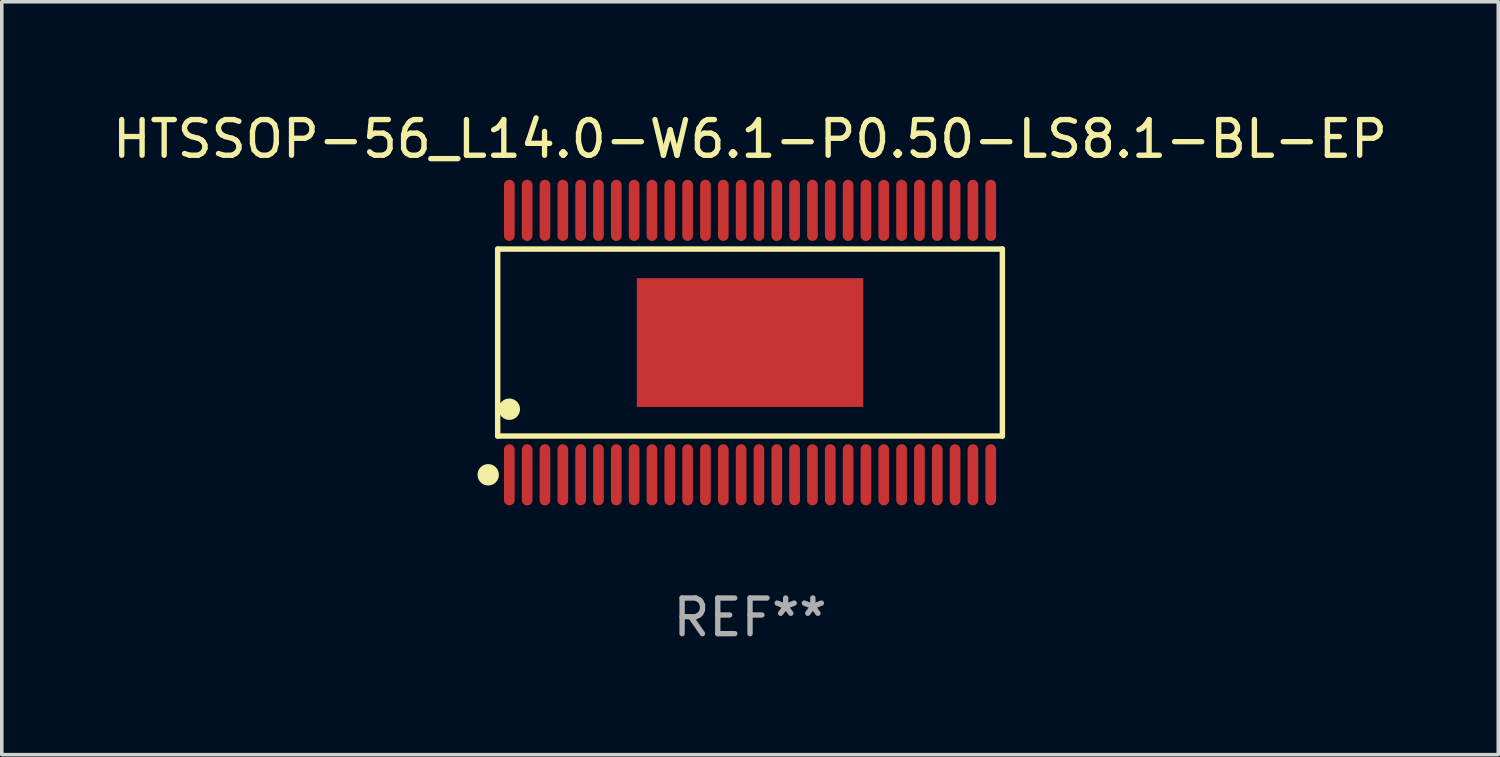
<source format=kicad_pcb>
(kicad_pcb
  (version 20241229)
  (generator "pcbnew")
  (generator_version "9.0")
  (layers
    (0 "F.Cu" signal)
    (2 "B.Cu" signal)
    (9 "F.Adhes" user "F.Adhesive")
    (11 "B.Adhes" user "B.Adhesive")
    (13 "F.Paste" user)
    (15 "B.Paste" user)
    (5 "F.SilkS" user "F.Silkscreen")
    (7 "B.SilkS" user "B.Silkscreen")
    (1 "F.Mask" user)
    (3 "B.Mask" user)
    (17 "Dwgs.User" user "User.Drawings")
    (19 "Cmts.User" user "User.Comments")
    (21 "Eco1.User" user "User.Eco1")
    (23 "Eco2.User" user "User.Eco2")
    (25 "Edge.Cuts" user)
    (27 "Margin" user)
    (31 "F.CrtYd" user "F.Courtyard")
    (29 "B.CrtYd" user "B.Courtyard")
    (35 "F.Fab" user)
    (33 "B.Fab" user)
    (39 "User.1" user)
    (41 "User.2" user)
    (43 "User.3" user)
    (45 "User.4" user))
  (footprint "HTSSOP-56_L14.0-W6.1-P0.50-LS8.1-BL-EP"
    (layer "F.Cu")
    (at 17.982 6.556)
    (property "Reference" "HTSSOP-56_L14.0-W6.1-P0.50-LS8.1-BL-EP" (at -0.000025 -5.708 0) (layer "F.SilkS") (effects (font (size 1 1) (thickness 0.15))))
    (attr smd)
    (fp_line (start -7.076 -2.622) (end 7.076 -2.622) (stroke (width 0.152) (type solid)) (layer "F.SilkS"))
    (fp_line (start -7.076 2.621) (end -7.076 -2.622) (stroke (width 0.152) (type solid)) (layer "F.SilkS"))
    (fp_line (start 7.076 -2.622) (end 7.076 2.621) (stroke (width 0.152) (type solid)) (layer "F.SilkS"))
    (fp_line (start 7.076 2.621) (end -7.076 2.621) (stroke (width 0.152) (type solid)) (layer "F.SilkS"))
    (fp_circle (center -7.342 3.708) (end -7.192 3.708) (stroke (width 0.3) (type solid)) (fill no) (layer "F.SilkS"))
    (fp_circle (center -6.75 1.869) (end -6.6 1.869) (stroke (width 0.3) (type solid)) (fill no) (layer "F.SilkS"))
    (fp_text user "REF**" (at -0.000025 7.708 0) (layer "F.Fab") (effects (font (size 1 1) (thickness 0.15))))
    (pad "1" smd oval (at -6.75 3.708) (size 0.3 1.715) (layers "F.Cu" "F.Mask" "F.Paste"))
    (pad "2" smd oval (at -6.25 3.708) (size 0.3 1.715) (layers "F.Cu" "F.Mask" "F.Paste"))
    (pad "3" smd oval (at -5.75 3.708) (size 0.3 1.715) (layers "F.Cu" "F.Mask" "F.Paste"))
    (pad "4" smd oval (at -5.25 3.708) (size 0.3 1.715) (layers "F.Cu" "F.Mask" "F.Paste"))
    (pad "5" smd oval (at -4.75 3.708) (size 0.3 1.715) (layers "F.Cu" "F.Mask" "F.Paste"))
    (pad "6" smd oval (at -4.25 3.708) (size 0.3 1.715) (layers "F.Cu" "F.Mask" "F.Paste"))
    (pad "7" smd oval (at -3.75 3.708) (size 0.3 1.715) (layers "F.Cu" "F.Mask" "F.Paste"))
    (pad "8" smd oval (at -3.25 3.708) (size 0.3 1.715) (layers "F.Cu" "F.Mask" "F.Paste"))
    (pad "9" smd oval (at -2.75 3.708) (size 0.3 1.715) (layers "F.Cu" "F.Mask" "F.Paste"))
    (pad "10" smd oval (at -2.25 3.708) (size 0.3 1.715) (layers "F.Cu" "F.Mask" "F.Paste"))
    (pad "11" smd oval (at -1.75 3.708) (size 0.3 1.715) (layers "F.Cu" "F.Mask" "F.Paste"))
    (pad "12" smd oval (at -1.25 3.708) (size 0.3 1.715) (layers "F.Cu" "F.Mask" "F.Paste"))
    (pad "13" smd oval (at -0.75 3.708) (size 0.3 1.715) (layers "F.Cu" "F.Mask" "F.Paste"))
    (pad "14" smd oval (at -0.25 3.708) (size 0.3 1.715) (layers "F.Cu" "F.Mask" "F.Paste"))
    (pad "15" smd oval (at 0.25 3.708) (size 0.3 1.715) (layers "F.Cu" "F.Mask" "F.Paste"))
    (pad "16" smd oval (at 0.75 3.708) (size 0.3 1.715) (layers "F.Cu" "F.Mask" "F.Paste"))
    (pad "17" smd oval (at 1.25 3.708) (size 0.3 1.715) (layers "F.Cu" "F.Mask" "F.Paste"))
    (pad "18" smd oval (at 1.75 3.708) (size 0.3 1.715) (layers "F.Cu" "F.Mask" "F.Paste"))
    (pad "19" smd oval (at 2.25 3.708) (size 0.3 1.715) (layers "F.Cu" "F.Mask" "F.Paste"))
    (pad "20" smd oval (at 2.75 3.708) (size 0.3 1.715) (layers "F.Cu" "F.Mask" "F.Paste"))
    (pad "21" smd oval (at 3.25 3.708) (size 0.3 1.715) (layers "F.Cu" "F.Mask" "F.Paste"))
    (pad "22" smd oval (at 3.75 3.708) (size 0.3 1.715) (layers "F.Cu" "F.Mask" "F.Paste"))
    (pad "23" smd oval (at 4.25 3.708) (size 0.3 1.715) (layers "F.Cu" "F.Mask" "F.Paste"))
    (pad "24" smd oval (at 4.75 3.708) (size 0.3 1.715) (layers "F.Cu" "F.Mask" "F.Paste"))
    (pad "25" smd oval (at 5.25 3.708) (size 0.3 1.715) (layers "F.Cu" "F.Mask" "F.Paste"))
    (pad "26" smd oval (at 5.75 3.708) (size 0.3 1.715) (layers "F.Cu" "F.Mask" "F.Paste"))
    (pad "27" smd oval (at 6.25 3.708) (size 0.3 1.715) (layers "F.Cu" "F.Mask" "F.Paste"))
    (pad "28" smd oval (at 6.75 3.708) (size 0.3 1.715) (layers "F.Cu" "F.Mask" "F.Paste"))
    (pad "29" smd oval (at 6.75 -3.708) (size 0.3 1.715) (layers "F.Cu" "F.Mask" "F.Paste"))
    (pad "30" smd oval (at 6.25 -3.708) (size 0.3 1.715) (layers "F.Cu" "F.Mask" "F.Paste"))
    (pad "31" smd oval (at 5.75 -3.708) (size 0.3 1.715) (layers "F.Cu" "F.Mask" "F.Paste"))
    (pad "32" smd oval (at 5.25 -3.708) (size 0.3 1.715) (layers "F.Cu" "F.Mask" "F.Paste"))
    (pad "33" smd oval (at 4.75 -3.708) (size 0.3 1.715) (layers "F.Cu" "F.Mask" "F.Paste"))
    (pad "34" smd oval (at 4.25 -3.708) (size 0.3 1.715) (layers "F.Cu" "F.Mask" "F.Paste"))
    (pad "35" smd oval (at 3.75 -3.708) (size 0.3 1.715) (layers "F.Cu" "F.Mask" "F.Paste"))
    (pad "36" smd oval (at 3.25 -3.708) (size 0.3 1.715) (layers "F.Cu" "F.Mask" "F.Paste"))
    (pad "37" smd oval (at 2.75 -3.708) (size 0.3 1.715) (layers "F.Cu" "F.Mask" "F.Paste"))
    (pad "38" smd oval (at 2.25 -3.708) (size 0.3 1.715) (layers "F.Cu" "F.Mask" "F.Paste"))
    (pad "39" smd oval (at 1.75 -3.708) (size 0.3 1.715) (layers "F.Cu" "F.Mask" "F.Paste"))
    (pad "40" smd oval (at 1.25 -3.708) (size 0.3 1.715) (layers "F.Cu" "F.Mask" "F.Paste"))
    (pad "41" smd oval (at 0.75 -3.708) (size 0.3 1.715) (layers "F.Cu" "F.Mask" "F.Paste"))
    (pad "42" smd oval (at 0.25 -3.708) (size 0.3 1.715) (layers "F.Cu" "F.Mask" "F.Paste"))
    (pad "43" smd oval (at -0.25 -3.708) (size 0.3 1.715) (layers "F.Cu" "F.Mask" "F.Paste"))
    (pad "44" smd oval (at -0.75 -3.708) (size 0.3 1.715) (layers "F.Cu" "F.Mask" "F.Paste"))
    (pad "45" smd oval (at -1.25 -3.708) (size 0.3 1.715) (layers "F.Cu" "F.Mask" "F.Paste"))
    (pad "46" smd oval (at -1.75 -3.708) (size 0.3 1.715) (layers "F.Cu" "F.Mask" "F.Paste"))
    (pad "47" smd oval (at -2.25 -3.708) (size 0.3 1.715) (layers "F.Cu" "F.Mask" "F.Paste"))
    (pad "48" smd oval (at -2.75 -3.708) (size 0.3 1.715) (layers "F.Cu" "F.Mask" "F.Paste"))
    (pad "49" smd oval (at -3.25 -3.708) (size 0.3 1.715) (layers "F.Cu" "F.Mask" "F.Paste"))
    (pad "50" smd oval (at -3.75 -3.708) (size 0.3 1.715) (layers "F.Cu" "F.Mask" "F.Paste"))
    (pad "51" smd oval (at -4.25 -3.708) (size 0.3 1.715) (layers "F.Cu" "F.Mask" "F.Paste"))
    (pad "52" smd oval (at -4.75 -3.708) (size 0.3 1.715) (layers "F.Cu" "F.Mask" "F.Paste"))
    (pad "53" smd oval (at -5.25 -3.708) (size 0.3 1.715) (layers "F.Cu" "F.Mask" "F.Paste"))
    (pad "54" smd oval (at -5.75 -3.708) (size 0.3 1.715) (layers "F.Cu" "F.Mask" "F.Paste"))
    (pad "55" smd oval (at -6.25 -3.708) (size 0.3 1.715) (layers "F.Cu" "F.Mask" "F.Paste"))
    (pad "56" smd oval (at -6.75 -3.708) (size 0.3 1.715) (layers "F.Cu" "F.Mask" "F.Paste"))
    (pad "57" smd rect (at 0 -0.000127) (size 6.35 3.61) (layers "F.Cu" "F.Mask" "F.Paste")))
  (gr_rect
    (start -3 -3)
    (end 38.964 18.112)
    (stroke (width 0.1) (type default))
    (fill no)
    (layer "Edge.Cuts")))
</source>
